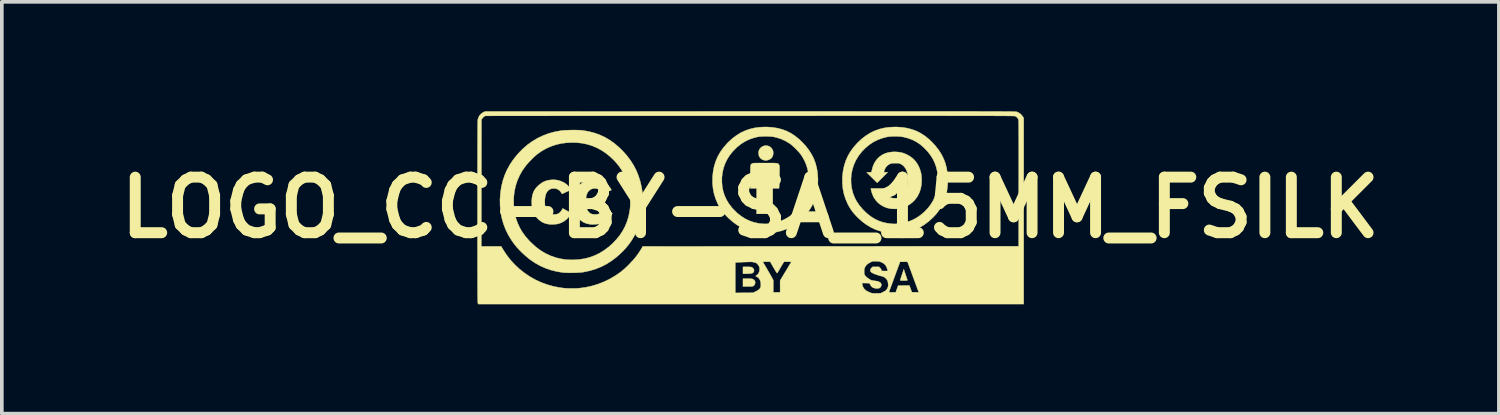
<source format=kicad_pcb>
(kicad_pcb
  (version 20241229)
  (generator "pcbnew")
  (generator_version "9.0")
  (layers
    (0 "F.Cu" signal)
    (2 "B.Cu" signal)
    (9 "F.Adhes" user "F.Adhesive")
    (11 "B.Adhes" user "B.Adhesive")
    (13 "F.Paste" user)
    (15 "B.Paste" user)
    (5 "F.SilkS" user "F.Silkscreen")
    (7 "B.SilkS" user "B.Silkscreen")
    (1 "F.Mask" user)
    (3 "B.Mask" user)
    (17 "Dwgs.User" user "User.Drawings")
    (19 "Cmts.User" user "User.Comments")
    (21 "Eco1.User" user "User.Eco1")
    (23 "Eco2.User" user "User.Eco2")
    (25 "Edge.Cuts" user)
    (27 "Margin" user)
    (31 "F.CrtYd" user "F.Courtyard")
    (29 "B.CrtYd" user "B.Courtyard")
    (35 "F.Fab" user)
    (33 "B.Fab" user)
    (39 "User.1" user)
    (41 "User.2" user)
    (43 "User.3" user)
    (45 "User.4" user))
  (footprint "LOGO_CC-BY-SA_15MM_FSILK"
    (layer "F.Cu")
    (at 17.533 2.644)
    (property "Reference" "LOGO_CC-BY-SA_15MM_FSILK" (at 0 0 0) (layer "F.SilkS") (effects (font (size 1.524 1.524) (thickness 0.3))))
    (attr through_hole)
    (fp_poly (pts (xy -0.081 1.95) (xy -0.033 1.95) (xy 0.002 1.951) (xy 0.028 1.953) (xy 0.048 1.956) (xy 0.063 1.96) (xy 0.073 1.965) (xy 0.106 1.986) (xy 0.126 2.016) (xy 0.134 2.051) (xy 0.128 2.09) (xy 0.118 2.114) (xy 0.107 2.131) (xy 0.095 2.144) (xy 0.078 2.154) (xy 0.055 2.16) (xy 0.023 2.164) (xy -0.019 2.167) (xy -0.074 2.167) (xy -0.081 2.167) (xy -0.202 2.167) (xy -0.202 1.95) (xy -0.081 1.95)) (stroke (width 0.01) (type solid)) (fill yes) (layer "F.SilkS"))
    (fp_poly (pts (xy -0.043 1.627) (xy -0.011 1.628) (xy 0.012 1.63) (xy 0.028 1.632) (xy 0.04 1.637) (xy 0.051 1.643) (xy 0.053 1.644) (xy 0.074 1.663) (xy 0.091 1.686) (xy 0.093 1.69) (xy 0.102 1.712) (xy 0.102 1.73) (xy 0.099 1.747) (xy 0.09 1.769) (xy 0.077 1.785) (xy 0.058 1.798) (xy 0.031 1.806) (xy -0.006 1.811) (xy -0.055 1.814) (xy -0.103 1.815) (xy -0.202 1.815) (xy -0.202 1.627) (xy -0.087 1.627) (xy -0.043 1.627)) (stroke (width 0.01) (type solid)) (fill yes) (layer "F.SilkS"))
    (fp_poly (pts (xy 4.257 1.834) (xy 4.272 1.878) (xy 4.285 1.918) (xy 4.296 1.951) (xy 4.304 1.976) (xy 4.309 1.988) (xy 4.309 1.989) (xy 4.309 1.994) (xy 4.306 1.998) (xy 4.296 2) (xy 4.277 2.002) (xy 4.247 2.002) (xy 4.211 2.002) (xy 4.174 2.002) (xy 4.143 2.001) (xy 4.121 1.999) (xy 4.11 1.997) (xy 4.11 1.997) (xy 4.112 1.988) (xy 4.118 1.968) (xy 4.128 1.937) (xy 4.14 1.899) (xy 4.155 1.856) (xy 4.16 1.841) (xy 4.21 1.691) (xy 4.257 1.834)) (stroke (width 0.01) (type solid)) (fill yes) (layer "F.SilkS"))
    (fp_poly (pts (xy 0.477 -1.695) (xy 0.523 -1.678) (xy 0.565 -1.648) (xy 0.569 -1.644) (xy 0.603 -1.6) (xy 0.624 -1.55) (xy 0.63 -1.496) (xy 0.622 -1.439) (xy 0.619 -1.428) (xy 0.607 -1.399) (xy 0.591 -1.372) (xy 0.585 -1.363) (xy 0.552 -1.334) (xy 0.51 -1.312) (xy 0.462 -1.297) (xy 0.414 -1.293) (xy 0.382 -1.297) (xy 0.329 -1.316) (xy 0.286 -1.345) (xy 0.254 -1.384) (xy 0.233 -1.431) (xy 0.226 -1.486) (xy 0.226 -1.492) (xy 0.227 -1.522) (xy 0.231 -1.55) (xy 0.235 -1.565) (xy 0.259 -1.612) (xy 0.293 -1.65) (xy 0.334 -1.678) (xy 0.38 -1.695) (xy 0.428 -1.701) (xy 0.477 -1.695)) (stroke (width 0.01) (type solid)) (fill yes) (layer "F.SilkS"))
    (fp_poly (pts (xy 0.484 -1.222) (xy 0.554 -1.222) (xy 0.611 -1.222) (xy 0.657 -1.221) (xy 0.693 -1.219) (xy 0.721 -1.216) (xy 0.742 -1.213) (xy 0.757 -1.207) (xy 0.768 -1.201) (xy 0.776 -1.193) (xy 0.783 -1.182) (xy 0.789 -1.17) (xy 0.791 -1.165) (xy 0.795 -1.157) (xy 0.798 -1.147) (xy 0.8 -1.135) (xy 0.801 -1.118) (xy 0.802 -1.095) (xy 0.802 -1.065) (xy 0.802 -1.025) (xy 0.801 -0.975) (xy 0.8 -0.912) (xy 0.8 -0.87) (xy 0.798 -0.806) (xy 0.797 -0.746) (xy 0.795 -0.691) (xy 0.794 -0.643) (xy 0.792 -0.604) (xy 0.791 -0.577) (xy 0.79 -0.564) (xy 0.785 -0.525) (xy 0.615 -0.525) (xy 0.615 0.172) (xy 0.172 0.172) (xy 0.172 -0.525) (xy 0 -0.525) (xy 0 -0.837) (xy 0.000025 -0.917) (xy 0.000216 -0.984) (xy 0.001 -1.039) (xy 0.002 -1.082) (xy 0.004 -1.117) (xy 0.006 -1.143) (xy 0.01 -1.163) (xy 0.015 -1.177) (xy 0.021 -1.188) (xy 0.029 -1.195) (xy 0.039 -1.202) (xy 0.047 -1.208) (xy 0.054 -1.211) (xy 0.061 -1.214) (xy 0.071 -1.216) (xy 0.085 -1.218) (xy 0.104 -1.22) (xy 0.13 -1.221) (xy 0.164 -1.221) (xy 0.208 -1.222) (xy 0.262 -1.222) (xy 0.329 -1.222) (xy 0.401 -1.222) (xy 0.484 -1.222)) (stroke (width 0.01) (type solid)) (fill yes) (layer "F.SilkS"))
    (fp_poly (pts (xy -5.341 -0.76) (xy -5.255 -0.744) (xy -5.173 -0.716) (xy -5.098 -0.678) (xy -5.031 -0.629) (xy -4.977 -0.574) (xy -4.957 -0.548) (xy -4.939 -0.524) (xy -4.927 -0.506) (xy -4.925 -0.504) (xy -4.912 -0.482) (xy -4.944 -0.473) (xy -4.963 -0.466) (xy -4.991 -0.454) (xy -5.026 -0.439) (xy -5.063 -0.422) (xy -5.069 -0.419) (xy -5.103 -0.403) (xy -5.131 -0.39) (xy -5.152 -0.38) (xy -5.162 -0.375) (xy -5.163 -0.375) (xy -5.168 -0.381) (xy -5.178 -0.396) (xy -5.189 -0.412) (xy -5.228 -0.461) (xy -5.273 -0.496) (xy -5.325 -0.517) (xy -5.383 -0.525) (xy -5.388 -0.525) (xy -5.449 -0.519) (xy -5.501 -0.5) (xy -5.545 -0.469) (xy -5.581 -0.425) (xy -5.608 -0.37) (xy -5.627 -0.302) (xy -5.637 -0.223) (xy -5.639 -0.163) (xy -5.635 -0.077) (xy -5.622 -0.003) (xy -5.6 0.06) (xy -5.57 0.11) (xy -5.531 0.148) (xy -5.503 0.166) (xy -5.463 0.18) (xy -5.415 0.187) (xy -5.364 0.188) (xy -5.315 0.182) (xy -5.274 0.169) (xy -5.267 0.166) (xy -5.234 0.143) (xy -5.202 0.111) (xy -5.175 0.073) (xy -5.166 0.058) (xy -5.156 0.039) (xy -5.15 0.026) (xy -5.148 0.024) (xy -5.141 0.027) (xy -5.124 0.036) (xy -5.099 0.049) (xy -5.069 0.066) (xy -5.035 0.085) (xy -5.002 0.103) (xy -4.97 0.121) (xy -4.943 0.137) (xy -4.923 0.148) (xy -4.913 0.155) (xy -4.913 0.155) (xy -4.913 0.164) (xy -4.924 0.182) (xy -4.943 0.21) (xy -4.969 0.245) (xy -5.032 0.314) (xy -5.103 0.371) (xy -5.181 0.414) (xy -5.257 0.442) (xy -5.299 0.451) (xy -5.35 0.457) (xy -5.406 0.461) (xy -5.46 0.462) (xy -5.508 0.46) (xy -5.528 0.457) (xy -5.607 0.441) (xy -5.675 0.417) (xy -5.736 0.383) (xy -5.795 0.338) (xy -5.831 0.304) (xy -5.864 0.271) (xy -5.888 0.243) (xy -5.907 0.217) (xy -5.923 0.187) (xy -5.931 0.172) (xy -5.965 0.088) (xy -5.987 -0.003) (xy -5.997 -0.1) (xy -5.997 -0.195) (xy -5.988 -0.284) (xy -5.972 -0.362) (xy -5.947 -0.432) (xy -5.912 -0.495) (xy -5.866 -0.553) (xy -5.843 -0.578) (xy -5.779 -0.636) (xy -5.716 -0.681) (xy -5.652 -0.716) (xy -5.583 -0.74) (xy -5.519 -0.754) (xy -5.429 -0.763) (xy -5.341 -0.76)) (stroke (width 0.01) (type solid)) (fill yes) (layer "F.SilkS"))
    (fp_poly (pts (xy -4.213 -0.756) (xy -4.132 -0.739) (xy -4.056 -0.714) (xy -3.999 -0.685) (xy -3.966 -0.663) (xy -3.934 -0.636) (xy -3.903 -0.608) (xy -3.875 -0.578) (xy -3.85 -0.549) (xy -3.831 -0.523) (xy -3.819 -0.5) (xy -3.815 -0.484) (xy -3.819 -0.474) (xy -3.827 -0.472) (xy -3.837 -0.469) (xy -3.857 -0.461) (xy -3.886 -0.448) (xy -3.92 -0.432) (xy -3.936 -0.424) (xy -3.971 -0.407) (xy -4.001 -0.392) (xy -4.024 -0.381) (xy -4.036 -0.376) (xy -4.038 -0.375) (xy -4.042 -0.381) (xy -4.053 -0.396) (xy -4.064 -0.412) (xy -4.103 -0.461) (xy -4.148 -0.496) (xy -4.2 -0.517) (xy -4.258 -0.525) (xy -4.263 -0.525) (xy -4.324 -0.519) (xy -4.376 -0.5) (xy -4.42 -0.469) (xy -4.456 -0.425) (xy -4.484 -0.37) (xy -4.502 -0.302) (xy -4.513 -0.223) (xy -4.514 -0.163) (xy -4.51 -0.077) (xy -4.497 -0.003) (xy -4.475 0.06) (xy -4.445 0.11) (xy -4.406 0.148) (xy -4.378 0.166) (xy -4.339 0.18) (xy -4.291 0.187) (xy -4.239 0.188) (xy -4.191 0.182) (xy -4.149 0.169) (xy -4.142 0.166) (xy -4.109 0.143) (xy -4.077 0.111) (xy -4.05 0.073) (xy -4.042 0.058) (xy -4.032 0.039) (xy -4.025 0.026) (xy -4.023 0.024) (xy -4.017 0.027) (xy -3.999 0.036) (xy -3.974 0.049) (xy -3.944 0.066) (xy -3.91 0.085) (xy -3.877 0.103) (xy -3.845 0.121) (xy -3.818 0.137) (xy -3.798 0.148) (xy -3.788 0.155) (xy -3.788 0.155) (xy -3.789 0.164) (xy -3.799 0.182) (xy -3.818 0.21) (xy -3.844 0.245) (xy -3.908 0.314) (xy -3.978 0.371) (xy -4.056 0.414) (xy -4.132 0.442) (xy -4.174 0.451) (xy -4.225 0.457) (xy -4.281 0.461) (xy -4.335 0.462) (xy -4.383 0.46) (xy -4.404 0.457) (xy -4.482 0.441) (xy -4.55 0.417) (xy -4.611 0.383) (xy -4.67 0.338) (xy -4.707 0.304) (xy -4.755 0.251) (xy -4.793 0.197) (xy -4.823 0.139) (xy -4.845 0.074) (xy -4.861 -0.000413) (xy -4.868 -0.044) (xy -4.874 -0.122) (xy -4.872 -0.203) (xy -4.862 -0.285) (xy -4.846 -0.363) (xy -4.824 -0.433) (xy -4.803 -0.479) (xy -4.76 -0.546) (xy -4.705 -0.607) (xy -4.64 -0.66) (xy -4.567 -0.704) (xy -4.489 -0.736) (xy -4.458 -0.745) (xy -4.38 -0.759) (xy -4.297 -0.763) (xy -4.213 -0.756)) (stroke (width 0.01) (type solid)) (fill yes) (layer "F.SilkS"))
    (fp_poly (pts (xy 4.065 -1.522) (xy 4.131 -1.512) (xy 4.192 -1.496) (xy 4.253 -1.473) (xy 4.301 -1.451) (xy 4.39 -1.399) (xy 4.468 -1.338) (xy 4.535 -1.266) (xy 4.591 -1.183) (xy 4.637 -1.09) (xy 4.654 -1.044) (xy 4.676 -0.973) (xy 4.69 -0.906) (xy 4.698 -0.838) (xy 4.701 -0.763) (xy 4.7 -0.716) (xy 4.691 -0.608) (xy 4.671 -0.509) (xy 4.641 -0.417) (xy 4.598 -0.33) (xy 4.573 -0.288) (xy 4.511 -0.207) (xy 4.439 -0.137) (xy 4.359 -0.078) (xy 4.271 -0.03) (xy 4.177 0.005) (xy 4.078 0.028) (xy 3.976 0.037) (xy 3.871 0.033) (xy 3.843 0.029) (xy 3.75 0.009) (xy 3.662 -0.025) (xy 3.581 -0.071) (xy 3.507 -0.128) (xy 3.444 -0.196) (xy 3.393 -0.269) (xy 3.371 -0.312) (xy 3.349 -0.364) (xy 3.33 -0.418) (xy 3.316 -0.469) (xy 3.311 -0.493) (xy 3.306 -0.525) (xy 3.665 -0.525) (xy 3.67 -0.485) (xy 3.68 -0.443) (xy 3.698 -0.399) (xy 3.721 -0.359) (xy 3.743 -0.331) (xy 3.788 -0.297) (xy 3.843 -0.273) (xy 3.91 -0.259) (xy 3.986 -0.256) (xy 3.999 -0.256) (xy 4.058 -0.263) (xy 4.107 -0.277) (xy 4.151 -0.302) (xy 4.193 -0.338) (xy 4.196 -0.34) (xy 4.232 -0.385) (xy 4.265 -0.44) (xy 4.292 -0.502) (xy 4.31 -0.561) (xy 4.317 -0.601) (xy 4.321 -0.652) (xy 4.324 -0.71) (xy 4.324 -0.77) (xy 4.322 -0.83) (xy 4.318 -0.883) (xy 4.312 -0.927) (xy 4.31 -0.939) (xy 4.286 -1.015) (xy 4.253 -1.08) (xy 4.211 -1.134) (xy 4.161 -1.176) (xy 4.126 -1.195) (xy 4.105 -1.205) (xy 4.087 -1.211) (xy 4.069 -1.215) (xy 4.047 -1.218) (xy 4.018 -1.218) (xy 3.978 -1.218) (xy 3.936 -1.218) (xy 3.904 -1.216) (xy 3.88 -1.214) (xy 3.86 -1.209) (xy 3.839 -1.201) (xy 3.836 -1.2) (xy 3.785 -1.172) (xy 3.74 -1.133) (xy 3.705 -1.084) (xy 3.679 -1.03) (xy 3.671 -0.996) (xy 3.665 -0.967) (xy 3.768 -0.967) (xy 3.624 -0.823) (xy 3.48 -0.679) (xy 3.191 -0.967) (xy 3.256 -0.967) (xy 3.288 -0.968) (xy 3.308 -0.969) (xy 3.318 -0.972) (xy 3.323 -0.977) (xy 3.325 -0.984) (xy 3.344 -1.064) (xy 3.364 -1.132) (xy 3.388 -1.191) (xy 3.416 -1.244) (xy 3.429 -1.265) (xy 3.485 -1.339) (xy 3.551 -1.401) (xy 3.625 -1.451) (xy 3.708 -1.489) (xy 3.799 -1.514) (xy 3.897 -1.527) (xy 3.99 -1.528) (xy 4.065 -1.522)) (stroke (width 0.01) (type solid)) (fill yes) (layer "F.SilkS"))
    (fp_poly (pts (xy 4.027 -2.21) (xy 4.173 -2.2) (xy 4.309 -2.178) (xy 4.437 -2.144) (xy 4.558 -2.099) (xy 4.674 -2.04) (xy 4.785 -1.968) (xy 4.892 -1.882) (xy 4.98 -1.799) (xy 5.083 -1.688) (xy 5.171 -1.574) (xy 5.245 -1.457) (xy 5.305 -1.336) (xy 5.352 -1.209) (xy 5.386 -1.077) (xy 5.408 -0.938) (xy 5.417 -0.79) (xy 5.417 -0.746) (xy 5.411 -0.593) (xy 5.392 -0.446) (xy 5.359 -0.308) (xy 5.314 -0.176) (xy 5.256 -0.052) (xy 5.184 0.066) (xy 5.099 0.178) (xy 5.008 0.275) (xy 4.897 0.376) (xy 4.783 0.463) (xy 4.664 0.536) (xy 4.539 0.595) (xy 4.409 0.64) (xy 4.272 0.673) (xy 4.127 0.693) (xy 4.008 0.701) (xy 3.962 0.701) (xy 3.914 0.701) (xy 3.869 0.7) (xy 3.834 0.698) (xy 3.828 0.697) (xy 3.687 0.676) (xy 3.554 0.644) (xy 3.427 0.6) (xy 3.306 0.543) (xy 3.19 0.473) (xy 3.077 0.39) (xy 2.966 0.292) (xy 2.906 0.232) (xy 2.837 0.156) (xy 2.779 0.081) (xy 2.728 0.004) (xy 2.68 -0.081) (xy 2.67 -0.101) (xy 2.613 -0.234) (xy 2.569 -0.371) (xy 2.54 -0.512) (xy 2.525 -0.658) (xy 2.525 -0.798) (xy 2.762 -0.798) (xy 2.764 -0.669) (xy 2.78 -0.54) (xy 2.81 -0.413) (xy 2.816 -0.394) (xy 2.859 -0.282) (xy 2.915 -0.174) (xy 2.984 -0.071) (xy 3.067 0.03) (xy 3.101 0.066) (xy 3.199 0.161) (xy 3.299 0.24) (xy 3.402 0.306) (xy 3.509 0.359) (xy 3.622 0.399) (xy 3.742 0.427) (xy 3.871 0.444) (xy 3.941 0.449) (xy 3.957 0.449) (xy 3.984 0.447) (xy 4.019 0.445) (xy 4.053 0.442) (xy 4.186 0.424) (xy 4.312 0.392) (xy 4.432 0.348) (xy 4.545 0.29) (xy 4.654 0.218) (xy 4.758 0.132) (xy 4.783 0.109) (xy 4.875 0.012) (xy 4.954 -0.092) (xy 5.019 -0.201) (xy 5.071 -0.318) (xy 5.111 -0.443) (xy 5.123 -0.495) (xy 5.131 -0.541) (xy 5.136 -0.599) (xy 5.14 -0.664) (xy 5.142 -0.734) (xy 5.141 -0.805) (xy 5.139 -0.872) (xy 5.135 -0.933) (xy 5.128 -0.985) (xy 5.127 -0.994) (xy 5.098 -1.115) (xy 5.058 -1.228) (xy 5.006 -1.336) (xy 4.94 -1.439) (xy 4.861 -1.54) (xy 4.846 -1.556) (xy 4.753 -1.652) (xy 4.657 -1.734) (xy 4.556 -1.802) (xy 4.449 -1.857) (xy 4.334 -1.901) (xy 4.212 -1.933) (xy 4.198 -1.936) (xy 4.133 -1.946) (xy 4.059 -1.952) (xy 3.98 -1.954) (xy 3.9 -1.953) (xy 3.824 -1.948) (xy 3.757 -1.939) (xy 3.746 -1.937) (xy 3.616 -1.903) (xy 3.491 -1.856) (xy 3.373 -1.796) (xy 3.262 -1.722) (xy 3.159 -1.637) (xy 3.064 -1.54) (xy 2.979 -1.432) (xy 2.961 -1.406) (xy 2.894 -1.294) (xy 2.841 -1.176) (xy 2.801 -1.053) (xy 2.774 -0.927) (xy 2.762 -0.798) (xy 2.525 -0.798) (xy 2.525 -0.809) (xy 2.527 -0.858) (xy 2.544 -1.006) (xy 2.574 -1.146) (xy 2.616 -1.279) (xy 2.671 -1.406) (xy 2.74 -1.527) (xy 2.823 -1.643) (xy 2.92 -1.755) (xy 2.956 -1.792) (xy 3.066 -1.893) (xy 3.18 -1.979) (xy 3.298 -2.052) (xy 3.421 -2.11) (xy 3.549 -2.155) (xy 3.684 -2.187) (xy 3.825 -2.205) (xy 3.974 -2.211) (xy 4.027 -2.21)) (stroke (width 0.01) (type solid)) (fill yes) (layer "F.SilkS"))
    (fp_poly (pts (xy 0.465 -2.21) (xy 0.61 -2.2) (xy 0.747 -2.178) (xy 0.875 -2.144) (xy 0.996 -2.099) (xy 1.112 -2.04) (xy 1.223 -1.968) (xy 1.33 -1.882) (xy 1.418 -1.799) (xy 1.521 -1.688) (xy 1.609 -1.574) (xy 1.683 -1.457) (xy 1.743 -1.336) (xy 1.79 -1.209) (xy 1.824 -1.077) (xy 1.845 -0.938) (xy 1.855 -0.79) (xy 1.855 -0.746) (xy 1.849 -0.593) (xy 1.83 -0.446) (xy 1.797 -0.308) (xy 1.752 -0.176) (xy 1.694 -0.052) (xy 1.622 0.066) (xy 1.537 0.178) (xy 1.446 0.275) (xy 1.335 0.376) (xy 1.221 0.463) (xy 1.102 0.536) (xy 0.977 0.595) (xy 0.847 0.64) (xy 0.71 0.673) (xy 0.565 0.693) (xy 0.446 0.701) (xy 0.4 0.701) (xy 0.351 0.701) (xy 0.307 0.7) (xy 0.272 0.698) (xy 0.266 0.697) (xy 0.125 0.676) (xy -0.008 0.644) (xy -0.135 0.6) (xy -0.256 0.543) (xy -0.372 0.473) (xy -0.485 0.39) (xy -0.596 0.292) (xy -0.656 0.232) (xy -0.725 0.156) (xy -0.783 0.081) (xy -0.835 0.004) (xy -0.882 -0.081) (xy -0.892 -0.101) (xy -0.949 -0.234) (xy -0.993 -0.371) (xy -1.022 -0.512) (xy -1.037 -0.658) (xy -1.037 -0.702) (xy -0.781 -0.702) (xy -0.77 -0.572) (xy -0.745 -0.447) (xy -0.705 -0.327) (xy -0.652 -0.212) (xy -0.584 -0.101) (xy -0.502 0.005) (xy -0.461 0.051) (xy -0.36 0.15) (xy -0.254 0.234) (xy -0.143 0.305) (xy -0.028 0.361) (xy 0.092 0.403) (xy 0.216 0.431) (xy 0.298 0.441) (xy 0.341 0.445) (xy 0.373 0.447) (xy 0.4 0.448) (xy 0.425 0.448) (xy 0.454 0.446) (xy 0.492 0.443) (xy 0.504 0.442) (xy 0.635 0.425) (xy 0.759 0.395) (xy 0.876 0.352) (xy 0.989 0.296) (xy 1.066 0.248) (xy 1.162 0.177) (xy 1.252 0.095) (xy 1.335 0.006) (xy 1.408 -0.088) (xy 1.461 -0.173) (xy 1.511 -0.276) (xy 1.55 -0.388) (xy 1.578 -0.507) (xy 1.596 -0.631) (xy 1.601 -0.757) (xy 1.596 -0.885) (xy 1.578 -1.012) (xy 1.575 -1.029) (xy 1.546 -1.138) (xy 1.504 -1.248) (xy 1.45 -1.354) (xy 1.39 -1.449) (xy 1.359 -1.489) (xy 1.32 -1.534) (xy 1.274 -1.582) (xy 1.226 -1.631) (xy 1.177 -1.677) (xy 1.131 -1.718) (xy 1.089 -1.751) (xy 1.074 -1.761) (xy 0.962 -1.828) (xy 0.844 -1.882) (xy 0.718 -1.922) (xy 0.634 -1.941) (xy 0.59 -1.947) (xy 0.535 -1.951) (xy 0.473 -1.953) (xy 0.408 -1.954) (xy 0.344 -1.952) (xy 0.285 -1.949) (xy 0.234 -1.944) (xy 0.206 -1.94) (xy 0.079 -1.908) (xy -0.041 -1.865) (xy -0.154 -1.809) (xy -0.26 -1.741) (xy -0.362 -1.659) (xy -0.46 -1.563) (xy -0.479 -1.542) (xy -0.563 -1.438) (xy -0.634 -1.327) (xy -0.691 -1.21) (xy -0.735 -1.087) (xy -0.764 -0.959) (xy -0.779 -0.838) (xy -0.781 -0.702) (xy -1.037 -0.702) (xy -1.037 -0.809) (xy -1.035 -0.858) (xy -1.018 -1.006) (xy -0.989 -1.146) (xy -0.946 -1.279) (xy -0.891 -1.406) (xy -0.822 -1.527) (xy -0.739 -1.643) (xy -0.642 -1.755) (xy -0.606 -1.792) (xy -0.496 -1.893) (xy -0.382 -1.979) (xy -0.264 -2.052) (xy -0.141 -2.11) (xy -0.013 -2.155) (xy 0.122 -2.187) (xy 0.263 -2.205) (xy 0.412 -2.211) (xy 0.465 -2.21)) (stroke (width 0.01) (type solid)) (fill yes) (layer "F.SilkS"))
    (fp_poly (pts (xy -4.808 -2.126) (xy -4.742 -2.125) (xy -4.682 -2.123) (xy -4.632 -2.12) (xy -4.597 -2.116) (xy -4.435 -2.088) (xy -4.282 -2.049) (xy -4.137 -1.998) (xy -3.998 -1.934) (xy -3.865 -1.857) (xy -3.737 -1.767) (xy -3.613 -1.663) (xy -3.509 -1.563) (xy -3.394 -1.435) (xy -3.293 -1.303) (xy -3.205 -1.166) (xy -3.13 -1.023) (xy -3.069 -0.874) (xy -3.019 -0.716) (xy -2.982 -0.551) (xy -2.961 -0.416) (xy -2.958 -0.377) (xy -2.955 -0.326) (xy -2.953 -0.267) (xy -2.952 -0.203) (xy -2.952 -0.137) (xy -2.953 -0.073) (xy -2.955 -0.014) (xy -2.957 0.037) (xy -2.961 0.077) (xy -2.961 0.079) (xy -2.987 0.239) (xy -3.022 0.389) (xy -3.068 0.531) (xy -3.125 0.666) (xy -3.193 0.797) (xy -3.262 0.909) (xy -3.317 0.988) (xy -3.373 1.06) (xy -3.433 1.13) (xy -3.5 1.201) (xy -3.547 1.247) (xy -3.677 1.363) (xy -3.811 1.464) (xy -3.95 1.552) (xy -4.095 1.626) (xy -4.247 1.686) (xy -4.405 1.734) (xy -4.571 1.769) (xy -4.606 1.774) (xy -4.648 1.779) (xy -4.703 1.783) (xy -4.765 1.786) (xy -4.833 1.788) (xy -4.903 1.789) (xy -4.972 1.789) (xy -5.037 1.788) (xy -5.093 1.786) (xy -5.139 1.782) (xy -5.149 1.781) (xy -5.316 1.753) (xy -5.475 1.713) (xy -5.627 1.66) (xy -5.773 1.594) (xy -5.913 1.515) (xy -6.049 1.422) (xy -6.18 1.314) (xy -6.289 1.212) (xy -6.348 1.15) (xy -6.4 1.095) (xy -6.445 1.04) (xy -6.489 0.984) (xy -6.533 0.922) (xy -6.558 0.885) (xy -6.643 0.745) (xy -6.715 0.597) (xy -6.773 0.444) (xy -6.818 0.286) (xy -6.848 0.123) (xy -6.865 -0.044) (xy -6.866 -0.138) (xy -6.493 -0.138) (xy -6.486 -0.013) (xy -6.466 0.138) (xy -6.433 0.283) (xy -6.386 0.42) (xy -6.326 0.551) (xy -6.252 0.677) (xy -6.164 0.797) (xy -6.063 0.912) (xy -6.036 0.939) (xy -5.965 1.006) (xy -5.9 1.064) (xy -5.836 1.116) (xy -5.77 1.164) (xy -5.744 1.182) (xy -5.616 1.259) (xy -5.482 1.322) (xy -5.342 1.371) (xy -5.198 1.406) (xy -5.048 1.428) (xy -4.893 1.435) (xy -4.734 1.428) (xy -4.695 1.424) (xy -4.546 1.401) (xy -4.403 1.364) (xy -4.264 1.312) (xy -4.13 1.247) (xy -4.002 1.167) (xy -3.878 1.074) (xy -3.786 0.991) (xy -3.677 0.878) (xy -3.582 0.761) (xy -3.501 0.638) (xy -3.433 0.51) (xy -3.379 0.376) (xy -3.337 0.234) (xy -3.308 0.084) (xy -3.299 0.016) (xy -3.295 -0.039) (xy -3.293 -0.105) (xy -3.293 -0.177) (xy -3.295 -0.252) (xy -3.299 -0.326) (xy -3.305 -0.394) (xy -3.312 -0.452) (xy -3.315 -0.465) (xy -3.348 -0.617) (xy -3.395 -0.76) (xy -3.454 -0.896) (xy -3.526 -1.025) (xy -3.611 -1.148) (xy -3.71 -1.265) (xy -3.76 -1.316) (xy -3.858 -1.408) (xy -3.957 -1.487) (xy -4.058 -1.556) (xy -4.164 -1.616) (xy -4.213 -1.641) (xy -4.344 -1.696) (xy -4.479 -1.737) (xy -4.618 -1.766) (xy -4.763 -1.781) (xy -4.877 -1.785) (xy -5.036 -1.778) (xy -5.189 -1.758) (xy -5.336 -1.724) (xy -5.477 -1.676) (xy -5.611 -1.615) (xy -5.739 -1.541) (xy -5.86 -1.453) (xy -5.864 -1.449) (xy -5.9 -1.418) (xy -5.943 -1.379) (xy -5.99 -1.333) (xy -6.037 -1.284) (xy -6.084 -1.235) (xy -6.125 -1.188) (xy -6.16 -1.147) (xy -6.17 -1.134) (xy -6.258 -1.008) (xy -6.332 -0.876) (xy -6.392 -0.738) (xy -6.439 -0.595) (xy -6.471 -0.447) (xy -6.489 -0.295) (xy -6.493 -0.138) (xy -6.866 -0.138) (xy -6.868 -0.215) (xy -6.867 -0.236) (xy -6.854 -0.411) (xy -6.829 -0.577) (xy -6.79 -0.736) (xy -6.739 -0.889) (xy -6.674 -1.036) (xy -6.595 -1.178) (xy -6.503 -1.316) (xy -6.396 -1.45) (xy -6.364 -1.486) (xy -6.243 -1.61) (xy -6.115 -1.721) (xy -5.979 -1.819) (xy -5.836 -1.904) (xy -5.686 -1.975) (xy -5.53 -2.034) (xy -5.367 -2.078) (xy -5.198 -2.109) (xy -5.178 -2.112) (xy -5.135 -2.116) (xy -5.08 -2.12) (xy -5.017 -2.123) (xy -4.949 -2.125) (xy -4.878 -2.126) (xy -4.808 -2.126)) (stroke (width 0.01) (type solid)) (fill yes) (layer "F.SilkS"))
    (fp_poly (pts (xy 4.109 -2.639) (xy 4.339 -2.639) (xy 4.556 -2.639) (xy 4.764 -2.638) (xy 4.96 -2.638) (xy 5.146 -2.638) (xy 5.322 -2.638) (xy 5.489 -2.638) (xy 5.645 -2.638) (xy 5.793 -2.638) (xy 5.932 -2.638) (xy 6.062 -2.638) (xy 6.184 -2.638) (xy 6.297 -2.637) (xy 6.403 -2.637) (xy 6.501 -2.637) (xy 6.592 -2.637) (xy 6.676 -2.636) (xy 6.753 -2.636) (xy 6.824 -2.636) (xy 6.888 -2.636) (xy 6.947 -2.635) (xy 7 -2.635) (xy 7.047 -2.635) (xy 7.09 -2.634) (xy 7.127 -2.634) (xy 7.161 -2.633) (xy 7.19 -2.633) (xy 7.215 -2.632) (xy 7.236 -2.632) (xy 7.254 -2.631) (xy 7.268 -2.631) (xy 7.28 -2.63) (xy 7.289 -2.63) (xy 7.296 -2.629) (xy 7.301 -2.628) (xy 7.304 -2.628) (xy 7.364 -2.603) (xy 7.417 -2.564) (xy 7.463 -2.513) (xy 7.483 -2.482) (xy 7.499 -2.456) (xy 7.499 2.647) (xy -7.461 2.647) (xy -7.473 2.625) (xy -7.474 2.622) (xy -7.475 2.616) (xy -7.476 2.608) (xy -7.477 2.596) (xy -7.477 2.58) (xy -7.478 2.56) (xy -7.479 2.535) (xy -7.48 2.505) (xy -7.48 2.469) (xy -7.481 2.427) (xy -7.481 2.379) (xy -7.482 2.323) (xy -7.482 2.26) (xy -7.482 2.188) (xy -7.483 2.108) (xy -7.483 2.019) (xy -7.483 1.921) (xy -7.483 1.813) (xy -7.484 1.694) (xy -7.484 1.564) (xy -7.484 1.424) (xy -7.484 1.271) (xy -7.484 1.106) (xy -7.484 1.065) (xy -7.379 1.065) (xy -6.834 1.065) (xy -6.791 1.138) (xy -6.693 1.289) (xy -6.584 1.431) (xy -6.464 1.562) (xy -6.335 1.683) (xy -6.197 1.793) (xy -6.05 1.892) (xy -5.897 1.979) (xy -5.736 2.053) (xy -5.57 2.114) (xy -5.398 2.162) (xy -5.222 2.196) (xy -5.102 2.211) (xy -5.052 2.215) (xy -4.992 2.217) (xy -4.925 2.218) (xy -4.857 2.218) (xy -4.791 2.217) (xy -4.732 2.215) (xy -4.695 2.212) (xy -4.519 2.188) (xy -4.345 2.15) (xy -4.174 2.098) (xy -4.008 2.032) (xy -3.848 1.954) (xy -3.798 1.924) (xy -0.412 1.924) (xy -0.412 2.341) (xy -0.167 2.338) (xy 0.079 2.336) (xy 0.145 2.303) (xy 0.195 2.277) (xy 0.232 2.252) (xy 0.258 2.227) (xy 0.275 2.2) (xy 0.284 2.168) (xy 0.288 2.129) (xy 0.288 2.115) (xy 0.283 2.05) (xy 0.267 1.994) (xy 0.241 1.948) (xy 0.205 1.913) (xy 0.173 1.895) (xy 0.153 1.886) (xy 0.146 1.88) (xy 0.149 1.875) (xy 0.153 1.872) (xy 0.197 1.839) (xy 0.228 1.798) (xy 0.247 1.748) (xy 0.253 1.708) (xy 0.252 1.654) (xy 0.238 1.608) (xy 0.21 1.566) (xy 0.204 1.558) (xy 0.188 1.542) (xy 0.175 1.529) (xy 0.16 1.52) (xy 0.141 1.513) (xy 0.115 1.506) (xy 0.079 1.497) (xy 0.06 1.493) (xy 0.039 1.491) (xy 0.003 1.49) (xy -0.047 1.491) (xy -0.112 1.493) (xy -0.191 1.496) (xy -0.247 1.499) (xy -0.297 1.501) (xy -0.34 1.503) (xy -0.375 1.505) (xy -0.399 1.506) (xy -0.41 1.507) (xy -0.411 1.507) (xy -0.411 1.514) (xy -0.411 1.535) (xy -0.412 1.568) (xy -0.412 1.613) (xy -0.412 1.667) (xy -0.412 1.729) (xy -0.412 1.798) (xy -0.412 1.872) (xy -0.412 1.924) (xy -3.798 1.924) (xy -3.695 1.863) (xy -3.694 1.862) (xy -3.626 1.816) (xy -3.565 1.773) (xy -3.509 1.728) (xy -3.453 1.681) (xy -3.394 1.626) (xy -3.339 1.572) (xy -3.26 1.489) (xy 0.345 1.489) (xy 0.349 1.497) (xy 0.359 1.515) (xy 0.375 1.543) (xy 0.396 1.579) (xy 0.42 1.621) (xy 0.447 1.667) (xy 0.447 1.667) (xy 0.477 1.718) (xy 0.507 1.77) (xy 0.535 1.819) (xy 0.56 1.862) (xy 0.579 1.897) (xy 0.59 1.917) (xy 0.63 1.992) (xy 0.63 2.325) (xy 0.817 2.325) (xy 0.817 2.069) (xy 3.065 2.069) (xy 3.071 2.105) (xy 3.084 2.16) (xy 3.107 2.207) (xy 3.14 2.247) (xy 3.185 2.283) (xy 3.243 2.314) (xy 3.3 2.337) (xy 3.32 2.344) (xy 3.339 2.349) (xy 3.359 2.352) (xy 3.385 2.353) (xy 3.419 2.354) (xy 3.461 2.353) (xy 3.573 2.351) (xy 3.632 2.323) (xy 3.644 2.317) (xy 3.805 2.317) (xy 3.809 2.321) (xy 3.819 2.323) (xy 3.839 2.324) (xy 3.87 2.325) (xy 3.894 2.325) (xy 3.988 2.325) (xy 4.021 2.233) (xy 4.055 2.141) (xy 4.209 2.139) (xy 4.363 2.137) (xy 4.375 2.169) (xy 4.384 2.192) (xy 4.395 2.222) (xy 4.407 2.255) (xy 4.409 2.261) (xy 4.43 2.321) (xy 4.525 2.323) (xy 4.619 2.325) (xy 4.594 2.256) (xy 4.585 2.232) (xy 4.573 2.197) (xy 4.557 2.153) (xy 4.538 2.102) (xy 4.517 2.046) (xy 4.495 1.985) (xy 4.471 1.921) (xy 4.448 1.857) (xy 4.424 1.793) (xy 4.402 1.731) (xy 4.38 1.674) (xy 4.361 1.621) (xy 4.345 1.576) (xy 4.331 1.54) (xy 4.321 1.514) (xy 4.316 1.5) (xy 4.315 1.498) (xy 4.312 1.492) (xy 4.305 1.489) (xy 4.292 1.487) (xy 4.271 1.486) (xy 4.239 1.486) (xy 4.209 1.487) (xy 4.107 1.489) (xy 3.958 1.894) (xy 3.931 1.968) (xy 3.905 2.039) (xy 3.881 2.104) (xy 3.86 2.163) (xy 3.841 2.213) (xy 3.826 2.255) (xy 3.815 2.286) (xy 3.808 2.306) (xy 3.805 2.312) (xy 3.805 2.317) (xy 3.644 2.317) (xy 3.671 2.304) (xy 3.7 2.287) (xy 3.72 2.271) (xy 3.736 2.253) (xy 3.751 2.231) (xy 3.757 2.219) (xy 3.77 2.192) (xy 3.778 2.17) (xy 3.781 2.145) (xy 3.782 2.116) (xy 3.776 2.053) (xy 3.76 2.001) (xy 3.732 1.957) (xy 3.693 1.922) (xy 3.672 1.909) (xy 3.647 1.896) (xy 3.625 1.886) (xy 3.611 1.883) (xy 3.61 1.883) (xy 3.594 1.88) (xy 3.568 1.874) (xy 3.533 1.864) (xy 3.495 1.852) (xy 3.456 1.839) (xy 3.42 1.826) (xy 3.389 1.814) (xy 3.371 1.805) (xy 3.336 1.787) (xy 3.313 1.77) (xy 3.299 1.755) (xy 3.293 1.736) (xy 3.292 1.721) (xy 3.294 1.7) (xy 3.301 1.683) (xy 3.317 1.664) (xy 3.322 1.658) (xy 3.352 1.627) (xy 3.532 1.627) (xy 3.562 1.657) (xy 3.579 1.676) (xy 3.59 1.694) (xy 3.592 1.702) (xy 3.593 1.718) (xy 3.597 1.728) (xy 3.607 1.735) (xy 3.625 1.738) (xy 3.653 1.74) (xy 3.684 1.74) (xy 3.767 1.74) (xy 3.762 1.709) (xy 3.757 1.687) (xy 3.746 1.657) (xy 3.733 1.627) (xy 3.731 1.622) (xy 3.707 1.581) (xy 3.678 1.549) (xy 3.642 1.523) (xy 3.594 1.499) (xy 3.582 1.495) (xy 3.557 1.485) (xy 3.535 1.479) (xy 3.512 1.476) (xy 3.484 1.474) (xy 3.446 1.474) (xy 3.438 1.474) (xy 3.348 1.474) (xy 3.28 1.509) (xy 3.236 1.534) (xy 3.203 1.558) (xy 3.177 1.587) (xy 3.154 1.623) (xy 3.144 1.642) (xy 3.134 1.664) (xy 3.128 1.684) (xy 3.125 1.707) (xy 3.124 1.739) (xy 3.124 1.755) (xy 3.124 1.789) (xy 3.125 1.812) (xy 3.129 1.83) (xy 3.136 1.846) (xy 3.148 1.865) (xy 3.148 1.865) (xy 3.174 1.895) (xy 3.213 1.928) (xy 3.265 1.963) (xy 3.311 1.99) (xy 3.324 1.994) (xy 3.349 1.999) (xy 3.38 2.005) (xy 3.416 2.011) (xy 3.452 2.015) (xy 3.465 2.017) (xy 3.507 2.026) (xy 3.543 2.043) (xy 3.572 2.065) (xy 3.59 2.09) (xy 3.597 2.118) (xy 3.595 2.134) (xy 3.58 2.171) (xy 3.559 2.197) (xy 3.53 2.213) (xy 3.491 2.219) (xy 3.459 2.219) (xy 3.41 2.212) (xy 3.367 2.196) (xy 3.343 2.183) (xy 3.326 2.168) (xy 3.31 2.148) (xy 3.295 2.124) (xy 3.265 2.074) (xy 3.065 2.069) (xy 0.817 2.069) (xy 0.817 2.001) (xy 0.971 1.745) (xy 1.125 1.489) (xy 1.03 1.486) (xy 0.993 1.486) (xy 0.961 1.486) (xy 0.938 1.486) (xy 0.927 1.487) (xy 0.926 1.488) (xy 0.92 1.495) (xy 0.908 1.513) (xy 0.891 1.541) (xy 0.87 1.575) (xy 0.846 1.616) (xy 0.834 1.636) (xy 0.809 1.679) (xy 0.787 1.718) (xy 0.767 1.751) (xy 0.752 1.776) (xy 0.743 1.792) (xy 0.741 1.795) (xy 0.737 1.798) (xy 0.732 1.797) (xy 0.725 1.79) (xy 0.715 1.777) (xy 0.702 1.756) (xy 0.683 1.725) (xy 0.659 1.684) (xy 0.637 1.647) (xy 0.544 1.485) (xy 0.444 1.485) (xy 0.408 1.485) (xy 0.377 1.486) (xy 0.355 1.487) (xy 0.345 1.489) (xy 0.345 1.489) (xy -3.26 1.489) (xy -3.226 1.454) (xy -3.127 1.335) (xy -3.039 1.21) (xy -2.994 1.138) (xy -2.951 1.065) (xy 2.205 1.063) (xy 7.361 1.061) (xy 7.362 -0.659) (xy 7.363 -0.873) (xy 7.363 -1.072) (xy 7.363 -1.256) (xy 7.363 -1.426) (xy 7.363 -1.582) (xy 7.363 -1.724) (xy 7.362 -1.852) (xy 7.362 -1.966) (xy 7.362 -2.066) (xy 7.361 -2.153) (xy 7.361 -2.228) (xy 7.36 -2.289) (xy 7.359 -2.337) (xy 7.358 -2.373) (xy 7.357 -2.397) (xy 7.357 -2.408) (xy 7.356 -2.409) (xy 7.341 -2.442) (xy 7.316 -2.473) (xy 7.285 -2.498) (xy 7.264 -2.508) (xy 7.262 -2.509) (xy 7.257 -2.509) (xy 7.251 -2.51) (xy 7.242 -2.511) (xy 7.23 -2.511) (xy 7.215 -2.512) (xy 7.197 -2.512) (xy 7.175 -2.513) (xy 7.15 -2.513) (xy 7.121 -2.514) (xy 7.087 -2.514) (xy 7.048 -2.514) (xy 7.005 -2.515) (xy 6.956 -2.515) (xy 6.902 -2.516) (xy 6.843 -2.516) (xy 6.777 -2.516) (xy 6.705 -2.516) (xy 6.626 -2.517) (xy 6.541 -2.517) (xy 6.448 -2.517) (xy 6.348 -2.517) (xy 6.241 -2.518) (xy 6.125 -2.518) (xy 6.002 -2.518) (xy 5.869 -2.518) (xy 5.728 -2.518) (xy 5.578 -2.518) (xy 5.419 -2.518) (xy 5.25 -2.519) (xy 5.071 -2.519) (xy 4.883 -2.519) (xy 4.683 -2.519) (xy 4.473 -2.519) (xy 4.252 -2.519) (xy 4.02 -2.519) (xy 3.776 -2.519) (xy 3.521 -2.519) (xy 3.254 -2.519) (xy 2.974 -2.519) (xy 2.681 -2.519) (xy 2.376 -2.519) (xy 2.057 -2.519) (xy 1.725 -2.518) (xy 1.38 -2.518) (xy 1.02 -2.518) (xy 0.646 -2.518) (xy 0.258 -2.518) (xy -0.019 -2.518) (xy -7.272 -2.516) (xy -7.303 -2.495) (xy -7.327 -2.475) (xy -7.349 -2.451) (xy -7.355 -2.443) (xy -7.376 -2.412) (xy -7.379 1.065) (xy -7.484 1.065) (xy -7.484 0.928) (xy -7.484 0.737) (xy -7.484 0.533) (xy -7.484 0.314) (xy -7.484 0.118) (xy -7.484 -0.143) (xy -7.484 -0.39) (xy -7.484 -0.623) (xy -7.484 -0.842) (xy -7.484 -1.047) (xy -7.483 -1.238) (xy -7.483 -1.415) (xy -7.483 -1.577) (xy -7.482 -1.726) (xy -7.482 -1.86) (xy -7.482 -1.979) (xy -7.481 -2.084) (xy -7.48 -2.175) (xy -7.48 -2.25) (xy -7.479 -2.312) (xy -7.478 -2.358) (xy -7.478 -2.389) (xy -7.477 -2.406) (xy -7.477 -2.408) (xy -7.458 -2.472) (xy -7.427 -2.528) (xy -7.384 -2.574) (xy -7.331 -2.611) (xy -7.319 -2.616) (xy -7.278 -2.636) (xy -0.008 -2.638) (xy 0.391 -2.638) (xy 0.776 -2.638) (xy 1.145 -2.638) (xy 1.501 -2.638) (xy 1.843 -2.638) (xy 2.171 -2.638) (xy 2.486 -2.638) (xy 2.787 -2.638) (xy 3.076 -2.639) (xy 3.353 -2.639) (xy 3.617 -2.639) (xy 3.869 -2.639) (xy 4.109 -2.639)) (stroke (width 0.01) (type solid)) (fill yes) (layer "F.SilkS")))
  (gr_rect
    (start -3 -3)
    (end 38.067 8.296)
    (stroke (width 0.1) (type default))
    (fill no)
    (layer "Edge.Cuts")))
</source>
